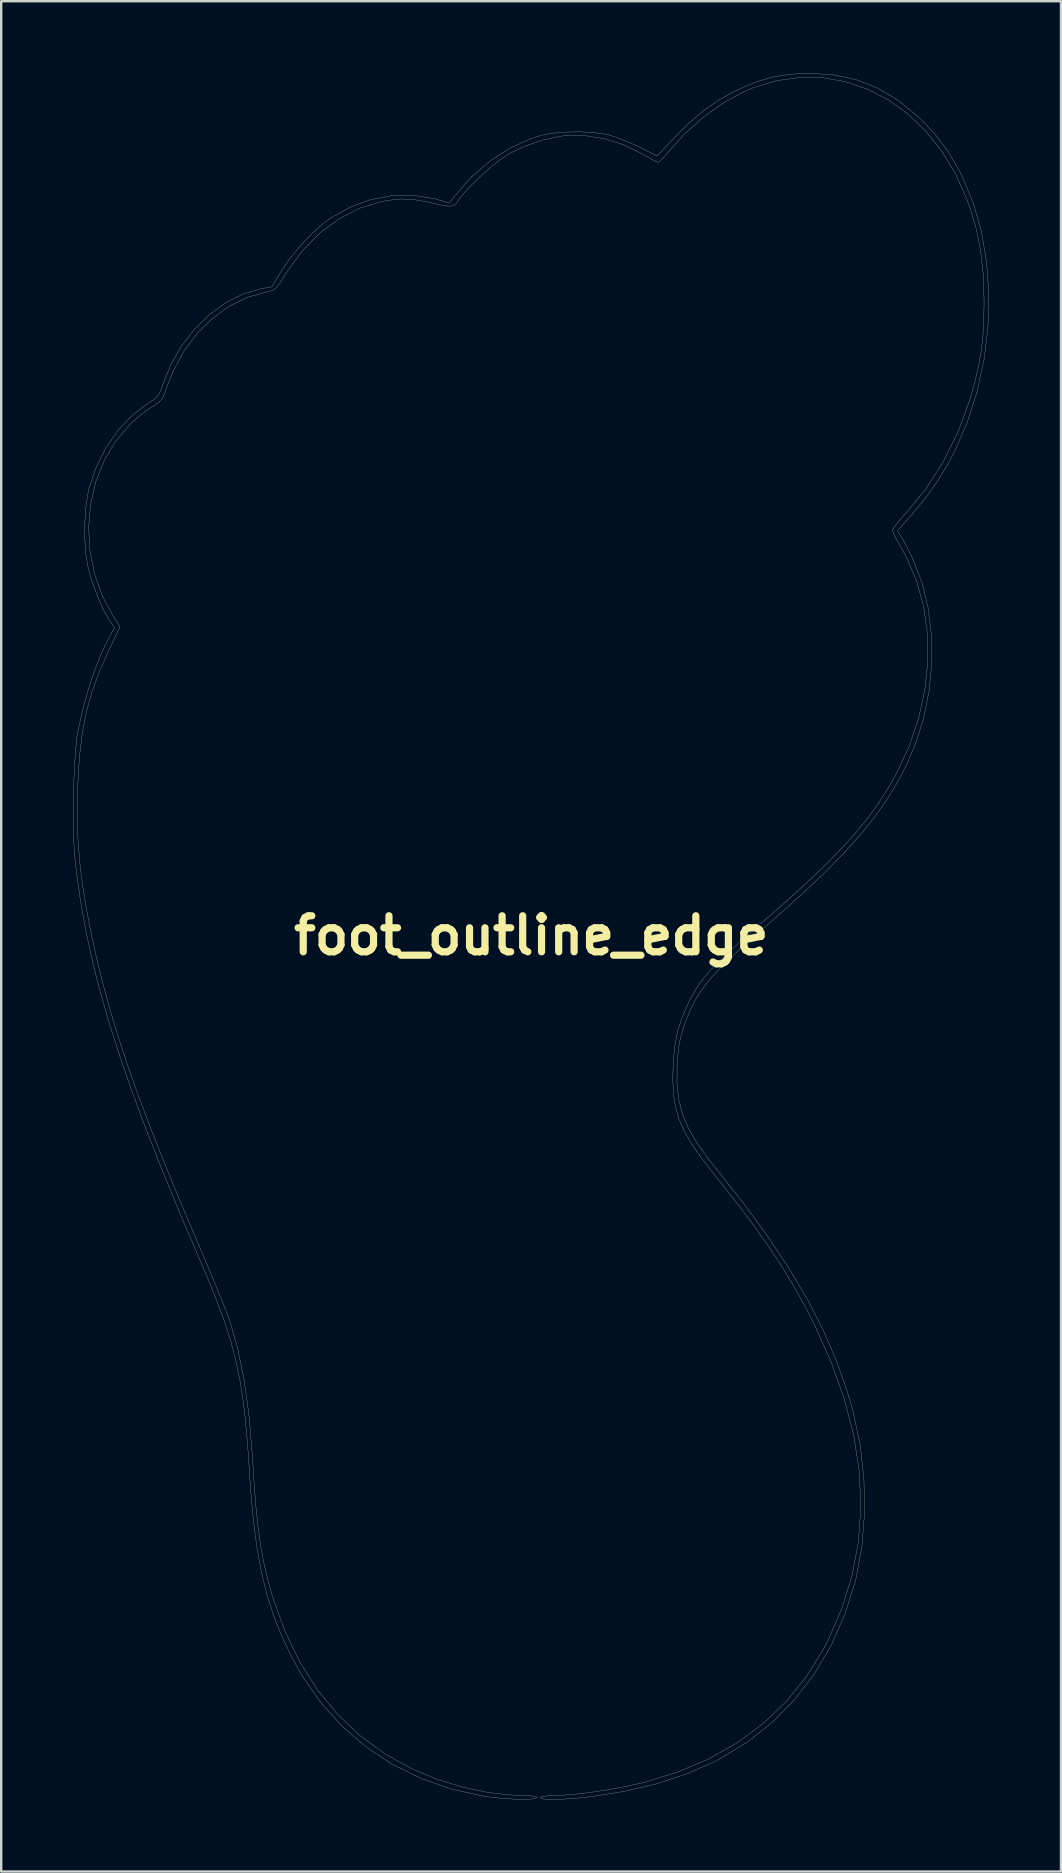
<source format=kicad_pcb>
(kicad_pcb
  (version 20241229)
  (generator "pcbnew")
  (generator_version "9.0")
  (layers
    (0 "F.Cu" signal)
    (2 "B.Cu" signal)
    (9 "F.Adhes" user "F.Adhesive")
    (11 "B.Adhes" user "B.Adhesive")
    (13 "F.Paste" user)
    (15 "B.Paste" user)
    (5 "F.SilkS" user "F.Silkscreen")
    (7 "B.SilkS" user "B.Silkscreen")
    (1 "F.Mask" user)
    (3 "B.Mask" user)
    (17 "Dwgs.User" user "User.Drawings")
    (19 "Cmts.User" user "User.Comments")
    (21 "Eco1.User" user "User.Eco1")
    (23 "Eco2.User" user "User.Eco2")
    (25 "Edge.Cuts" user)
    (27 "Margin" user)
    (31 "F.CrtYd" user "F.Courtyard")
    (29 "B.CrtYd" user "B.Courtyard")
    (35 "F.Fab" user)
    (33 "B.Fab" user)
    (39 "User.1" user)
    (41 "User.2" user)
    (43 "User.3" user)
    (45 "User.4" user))
  (footprint "foot_outline_edge"
    (layer "F.Cu")
    (at 19.084 35.926)
    (property "Reference" "foot_outline_edge" (at 0 0 0) (layer "F.SilkS") (effects (font (size 1.5 1.5) (thickness 0.3))))
    (attr board_only exclude_from_pos_files exclude_from_bom)
    (fp_poly (pts (xy 12.622 -35.854) (xy 13.558 -35.651) (xy 14.435 -35.304) (xy 15.269 -34.806) (xy 16.081 -34.148) (xy 16.211 -34.027) (xy 16.842 -33.362) (xy 17.374 -32.652) (xy 17.848 -31.84) (xy 17.936 -31.666) (xy 18.412 -30.53) (xy 18.758 -29.309) (xy 18.976 -28.025) (xy 19.065 -26.697) (xy 19.028 -25.347) (xy 18.864 -23.996) (xy 18.576 -22.665) (xy 18.163 -21.374) (xy 17.627 -20.146) (xy 17.404 -19.723) (xy 16.965 -18.987) (xy 16.482 -18.301) (xy 15.913 -17.605) (xy 15.743 -17.413) (xy 15.251 -16.863) (xy 15.413 -16.611) (xy 15.525 -16.418) (xy 15.679 -16.126) (xy 15.847 -15.789) (xy 15.897 -15.686) (xy 16.278 -14.712) (xy 16.536 -13.649) (xy 16.673 -12.524) (xy 16.687 -11.363) (xy 16.578 -10.193) (xy 16.346 -9.043) (xy 16.03 -8.044) (xy 15.701 -7.252) (xy 15.317 -6.486) (xy 14.868 -5.734) (xy 14.342 -4.982) (xy 13.727 -4.215) (xy 13.014 -3.421) (xy 12.19 -2.584) (xy 11.245 -1.693) (xy 10.167 -0.732) (xy 10.009 -0.594) (xy 9.267 0.054) (xy 8.645 0.614) (xy 8.127 1.103) (xy 7.702 1.537) (xy 7.355 1.931) (xy 7.073 2.303) (xy 6.842 2.668) (xy 6.65 3.043) (xy 6.482 3.443) (xy 6.345 3.827) (xy 6.221 4.251) (xy 6.139 4.678) (xy 6.09 5.176) (xy 6.075 5.445) (xy 6.072 6.172) (xy 6.142 6.825) (xy 6.297 7.435) (xy 6.547 8.032) (xy 6.906 8.648) (xy 7.385 9.314) (xy 7.678 9.683) (xy 8.84 11.151) (xy 9.862 12.55) (xy 10.754 13.894) (xy 11.523 15.197) (xy 12.176 16.472) (xy 12.721 17.733) (xy 13.166 18.994) (xy 13.413 19.849) (xy 13.703 21.223) (xy 13.86 22.633) (xy 13.886 24.047) (xy 13.779 25.431) (xy 13.539 26.75) (xy 13.493 26.934) (xy 13.06 28.304) (xy 12.495 29.579) (xy 11.802 30.752) (xy 10.987 31.817) (xy 10.055 32.769) (xy 9.01 33.6) (xy 7.857 34.305) (xy 7.582 34.446) (xy 6.446 34.942) (xy 5.22 35.344) (xy 3.884 35.658) (xy 2.579 35.868) (xy 2.066 35.927) (xy 1.579 35.968) (xy 1.142 35.991) (xy 0.781 35.995) (xy 0.521 35.98) (xy 0.387 35.945) (xy 0.378 35.913) (xy 0.483 35.872) (xy 0.708 35.842) (xy 1.007 35.829) (xy 1.035 35.829) (xy 1.502 35.808) (xy 2.086 35.75) (xy 2.742 35.663) (xy 3.426 35.552) (xy 4.091 35.424) (xy 4.694 35.286) (xy 4.709 35.283) (xy 6.122 34.848) (xy 7.424 34.291) (xy 8.612 33.613) (xy 9.684 32.814) (xy 10.638 31.898) (xy 11.472 30.865) (xy 12.184 29.717) (xy 12.352 29.392) (xy 12.943 28.033) (xy 13.371 26.648) (xy 13.634 25.237) (xy 13.732 23.798) (xy 13.667 22.33) (xy 13.437 20.833) (xy 13.042 19.304) (xy 12.483 17.742) (xy 11.824 16.275) (xy 11.381 15.409) (xy 10.922 14.584) (xy 10.431 13.774) (xy 9.89 12.954) (xy 9.282 12.098) (xy 8.59 11.18) (xy 7.797 10.175) (xy 7.67 10.016) (xy 7.134 9.329) (xy 6.71 8.726) (xy 6.389 8.18) (xy 6.158 7.661) (xy 6.006 7.139) (xy 5.923 6.587) (xy 5.897 5.975) (xy 5.91 5.435) (xy 5.968 4.693) (xy 6.083 4.05) (xy 6.272 3.442) (xy 6.551 2.805) (xy 6.657 2.596) (xy 6.829 2.288) (xy 7.023 1.991) (xy 7.255 1.689) (xy 7.54 1.367) (xy 7.894 1.007) (xy 8.331 0.594) (xy 8.866 0.112) (xy 9.515 -0.455) (xy 9.671 -0.589) (xy 10.671 -1.465) (xy 11.546 -2.26) (xy 12.307 -2.99) (xy 12.969 -3.668) (xy 13.545 -4.311) (xy 14.048 -4.931) (xy 14.49 -5.545) (xy 14.885 -6.165) (xy 15.177 -6.677) (xy 15.724 -7.832) (xy 16.13 -9.016) (xy 16.396 -10.212) (xy 16.521 -11.404) (xy 16.504 -12.577) (xy 16.345 -13.715) (xy 16.045 -14.803) (xy 15.602 -15.823) (xy 15.378 -16.22) (xy 15.22 -16.497) (xy 15.105 -16.73) (xy 15.055 -16.873) (xy 15.055 -16.881) (xy 15.11 -16.992) (xy 15.257 -17.192) (xy 15.472 -17.448) (xy 15.645 -17.639) (xy 16.458 -18.628) (xy 17.17 -19.742) (xy 17.773 -20.965) (xy 18.26 -22.281) (xy 18.454 -22.961) (xy 18.619 -23.649) (xy 18.737 -24.277) (xy 18.813 -24.897) (xy 18.854 -25.564) (xy 18.865 -26.332) (xy 18.865 -26.535) (xy 18.825 -27.61) (xy 18.715 -28.578) (xy 18.528 -29.486) (xy 18.254 -30.386) (xy 18.152 -30.666) (xy 17.676 -31.731) (xy 17.1 -32.683) (xy 16.435 -33.517) (xy 15.692 -34.228) (xy 14.882 -34.811) (xy 14.016 -35.26) (xy 13.105 -35.57) (xy 12.16 -35.735) (xy 11.191 -35.751) (xy 10.211 -35.612) (xy 9.23 -35.313) (xy 8.877 -35.164) (xy 8.027 -34.705) (xy 7.192 -34.114) (xy 6.416 -33.426) (xy 5.833 -32.786) (xy 5.615 -32.53) (xy 5.431 -32.332) (xy 5.31 -32.224) (xy 5.285 -32.213) (xy 5.179 -32.253) (xy 4.972 -32.361) (xy 4.704 -32.515) (xy 4.654 -32.545) (xy 3.869 -32.936) (xy 3.036 -33.201) (xy 2.192 -33.332) (xy 1.375 -33.32) (xy 1.249 -33.304) (xy 0.503 -33.147) (xy -0.24 -32.897) (xy -0.905 -32.581) (xy -0.986 -32.534) (xy -1.319 -32.305) (xy -1.71 -31.99) (xy -2.118 -31.628) (xy -2.501 -31.257) (xy -2.818 -30.913) (xy -2.987 -30.697) (xy -3.097 -30.543) (xy -3.195 -30.442) (xy -3.315 -30.392) (xy -3.488 -30.39) (xy -3.746 -30.431) (xy -4.122 -30.513) (xy -4.331 -30.561) (xy -4.904 -30.664) (xy -5.42 -30.687) (xy -5.962 -30.629) (xy -6.263 -30.572) (xy -7.157 -30.297) (xy -8.001 -29.866) (xy -8.787 -29.283) (xy -9.508 -28.556) (xy -10.156 -27.689) (xy -10.304 -27.454) (xy -10.488 -27.162) (xy -10.627 -26.983) (xy -10.758 -26.883) (xy -10.918 -26.831) (xy -11.017 -26.812) (xy -11.819 -26.592) (xy -12.581 -26.22) (xy -13.288 -25.71) (xy -13.925 -25.077) (xy -14.476 -24.336) (xy -14.926 -23.501) (xy -15.166 -22.889) (xy -15.28 -22.569) (xy -15.382 -22.361) (xy -15.507 -22.218) (xy -15.692 -22.09) (xy -15.807 -22.023) (xy -16.085 -21.837) (xy -16.409 -21.579) (xy -16.712 -21.304) (xy -16.732 -21.284) (xy -17.333 -20.568) (xy -17.805 -19.761) (xy -18.149 -18.883) (xy -18.361 -17.956) (xy -18.441 -16.998) (xy -18.387 -16.032) (xy -18.198 -15.076) (xy -17.871 -14.151) (xy -17.406 -13.278) (xy -17.345 -13.186) (xy -17.132 -12.864) (xy -17.601 -11.878) (xy -17.992 -10.994) (xy -18.301 -10.149) (xy -18.537 -9.305) (xy -18.708 -8.424) (xy -18.822 -7.47) (xy -18.887 -6.405) (xy -18.902 -5.929) (xy -18.91 -4.913) (xy -18.883 -3.977) (xy -18.815 -3.07) (xy -18.703 -2.145) (xy -18.541 -1.149) (xy -18.377 -0.294) (xy -18.14 0.809) (xy -17.872 1.913) (xy -17.567 3.033) (xy -17.22 4.186) (xy -16.824 5.389) (xy -16.374 6.659) (xy -15.864 8.012) (xy -15.289 9.464) (xy -14.643 11.033) (xy -14.035 12.468) (xy -13.743 13.155) (xy -13.463 13.818) (xy -13.205 14.437) (xy -12.978 14.988) (xy -12.79 15.45) (xy -12.652 15.801) (xy -12.573 16.016) (xy -12.228 17.222) (xy -11.954 18.577) (xy -11.749 20.082) (xy -11.615 21.739) (xy -11.61 21.825) (xy -11.542 22.915) (xy -11.465 23.865) (xy -11.375 24.7) (xy -11.269 25.449) (xy -11.141 26.139) (xy -10.989 26.797) (xy -10.808 27.451) (xy -10.762 27.601) (xy -10.258 28.997) (xy -9.642 30.27) (xy -8.914 31.42) (xy -8.077 32.444) (xy -7.13 33.341) (xy -6.075 34.11) (xy -4.941 34.737) (xy -3.918 35.159) (xy -2.839 35.489) (xy -1.751 35.713) (xy -0.702 35.821) (xy -0.357 35.829) (xy -0.048 35.84) (xy 0.167 35.869) (xy 0.252 35.911) (xy 0.252 35.913) (xy 0.174 35.956) (xy -0.039 35.981) (xy -0.353 35.988) (xy -0.737 35.98) (xy -1.157 35.955) (xy -1.581 35.915) (xy -1.934 35.868) (xy -3.29 35.574) (xy -4.564 35.134) (xy -5.751 34.553) (xy -6.844 33.835) (xy -7.839 32.986) (xy -8.728 32.008) (xy -9.506 30.907) (xy -9.953 30.118) (xy -10.364 29.263) (xy -10.712 28.399) (xy -11.001 27.503) (xy -11.238 26.549) (xy -11.429 25.514) (xy -11.578 24.372) (xy -11.692 23.101) (xy -11.735 22.456) (xy -11.813 21.287) (xy -11.903 20.256) (xy -12.011 19.332) (xy -12.145 18.486) (xy -12.312 17.688) (xy -12.518 16.907) (xy -12.771 16.113) (xy -13.078 15.276) (xy -13.445 14.365) (xy -13.796 13.542) (xy -14.631 11.59) (xy -15.381 9.769) (xy -16.051 8.066) (xy -16.644 6.47) (xy -17.163 4.968) (xy -17.614 3.547) (xy -17.999 2.195) (xy -18.323 0.901) (xy -18.588 -0.349) (xy -18.8 -1.566) (xy -18.962 -2.764) (xy -19.012 -3.223) (xy -19.05 -3.739) (xy -19.072 -4.36) (xy -19.079 -5.05) (xy -19.073 -5.773) (xy -19.054 -6.493) (xy -19.023 -7.174) (xy -18.98 -7.778) (xy -18.927 -8.272) (xy -18.893 -8.486) (xy -18.694 -9.389) (xy -18.446 -10.285) (xy -18.162 -11.13) (xy -17.855 -11.885) (xy -17.595 -12.407) (xy -17.362 -12.829) (xy -17.594 -13.164) (xy -17.788 -13.497) (xy -17.994 -13.946) (xy -18.195 -14.459) (xy -18.368 -14.986) (xy -18.472 -15.371) (xy -18.561 -15.919) (xy -18.603 -16.567) (xy -18.598 -17.256) (xy -18.548 -17.924) (xy -18.454 -18.51) (xy -18.425 -18.629) (xy -18.133 -19.499) (xy -17.726 -20.312) (xy -17.224 -21.042) (xy -16.643 -21.663) (xy -16.004 -22.147) (xy -15.986 -22.158) (xy -15.719 -22.332) (xy -15.555 -22.485) (xy -15.447 -22.675) (xy -15.357 -22.936) (xy -15.025 -23.773) (xy -14.578 -24.553) (xy -14.033 -25.258) (xy -13.41 -25.867) (xy -12.728 -26.363) (xy -12.006 -26.728) (xy -11.306 -26.934) (xy -10.802 -27.03) (xy -10.427 -27.661) (xy -10.074 -28.181) (xy -9.634 -28.719) (xy -9.151 -29.229) (xy -8.667 -29.664) (xy -8.383 -29.876) (xy -7.568 -30.337) (xy -6.705 -30.654) (xy -5.815 -30.823) (xy -4.923 -30.84) (xy -4.052 -30.701) (xy -3.87 -30.651) (xy -3.409 -30.512) (xy -3.198 -30.795) (xy -2.509 -31.589) (xy -1.726 -32.267) (xy -0.872 -32.815) (xy 0.033 -33.217) (xy 0.463 -33.35) (xy 0.91 -33.431) (xy 1.459 -33.475) (xy 2.05 -33.482) (xy 2.62 -33.452) (xy 3.107 -33.384) (xy 3.238 -33.354) (xy 3.545 -33.255) (xy 3.934 -33.103) (xy 4.339 -32.926) (xy 4.496 -32.851) (xy 5.25 -32.481) (xy 5.965 -33.241) (xy 6.608 -33.882) (xy 7.225 -34.402) (xy 7.859 -34.835) (xy 8.537 -35.206) (xy 9.316 -35.546) (xy 10.055 -35.768) (xy 10.82 -35.888) (xy 11.607 -35.921)) (stroke (width 0.01) (type solid)) (fill no) (layer "Edge.Cuts")))
  (gr_rect
    (start -3 -3)
    (end 41.155 74.926)
    (stroke (width 0.1) (type default))
    (fill no)
    (layer "Edge.Cuts")))
</source>
